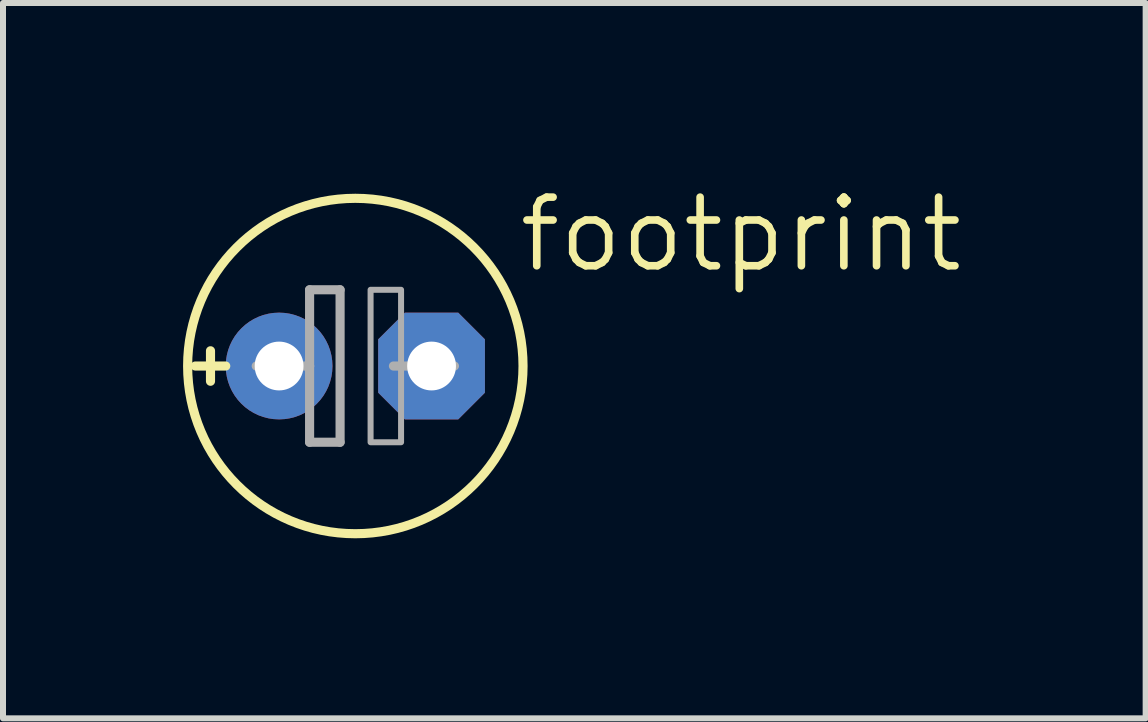
<source format=kicad_pcb>
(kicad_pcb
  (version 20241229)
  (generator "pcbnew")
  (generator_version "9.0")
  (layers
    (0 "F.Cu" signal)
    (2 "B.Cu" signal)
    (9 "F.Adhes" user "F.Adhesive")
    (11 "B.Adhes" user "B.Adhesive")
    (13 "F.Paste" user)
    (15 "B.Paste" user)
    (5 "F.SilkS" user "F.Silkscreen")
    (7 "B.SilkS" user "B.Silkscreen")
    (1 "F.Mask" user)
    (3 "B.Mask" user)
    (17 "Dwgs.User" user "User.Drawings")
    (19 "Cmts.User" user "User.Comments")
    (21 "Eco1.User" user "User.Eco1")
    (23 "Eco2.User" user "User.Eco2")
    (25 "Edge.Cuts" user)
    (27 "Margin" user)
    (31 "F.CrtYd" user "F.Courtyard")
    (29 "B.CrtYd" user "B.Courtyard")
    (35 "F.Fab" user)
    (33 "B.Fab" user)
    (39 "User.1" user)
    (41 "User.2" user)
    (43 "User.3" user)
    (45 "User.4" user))
  (footprint "footprint"
    (layer "F.Cu")
    (at 2.87 3.048)
    (property "Reference" "footprint" (at 2.667 -1.524 0) (layer "F.SilkS") (effects (font (size 1.143 1.143) (thickness 0.127)) (justify left bottom)))
    (fp_line (start -2.413 0.254) (end -2.413 -0.254) (stroke (width 0.152) (type solid)) (layer "F.SilkS"))
    (fp_line (start -2.159 0) (end -2.667 0) (stroke (width 0.152) (type solid)) (layer "F.SilkS"))
    (fp_circle (center 0 0) (end 2.794 0) (stroke (width 0.152) (type solid)) (fill no) (layer "F.SilkS"))
    (fp_line (start -1.651 0) (end -0.762 0) (stroke (width 0.152) (type solid)) (layer "F.Fab"))
    (fp_line (start -0.762 -1.27) (end -0.762 0) (stroke (width 0.152) (type solid)) (layer "F.Fab"))
    (fp_line (start -0.762 0) (end -0.762 1.27) (stroke (width 0.152) (type solid)) (layer "F.Fab"))
    (fp_line (start -0.762 1.27) (end -0.254 1.27) (stroke (width 0.152) (type solid)) (layer "F.Fab"))
    (fp_line (start -0.254 -1.27) (end -0.762 -1.27) (stroke (width 0.152) (type solid)) (layer "F.Fab"))
    (fp_line (start -0.254 1.27) (end -0.254 -1.27) (stroke (width 0.152) (type solid)) (layer "F.Fab"))
    (fp_line (start 0.635 0) (end 1.651 0) (stroke (width 0.152) (type solid)) (layer "F.Fab"))
    (fp_poly (pts (xy 0.254 1.27) (xy 0.762 1.27) (xy 0.762 -1.27) (xy 0.254 -1.27)) (stroke (width 0.1) (type solid)) (fill no) (layer "F.Fab"))
    (pad "+" thru_hole circle (at -1.27 0) (size 1.778 1.778) (drill 0.813) (layers "*.Cu" "*.Mask"))
    (pad "-" thru_hole roundrect (at 1.27 0) (size 1.778 1.778) (drill 0.813) (layers "*.Cu" "*.Mask") (roundrect_rratio 0.25) (chamfer_ratio 0.25) (chamfer top_left top_right bottom_left bottom_right)))
  (gr_rect
    (start -3 -3)
    (end 16.037 8.918)
    (stroke (width 0.1) (type default))
    (fill no)
    (layer "Edge.Cuts")))
</source>
